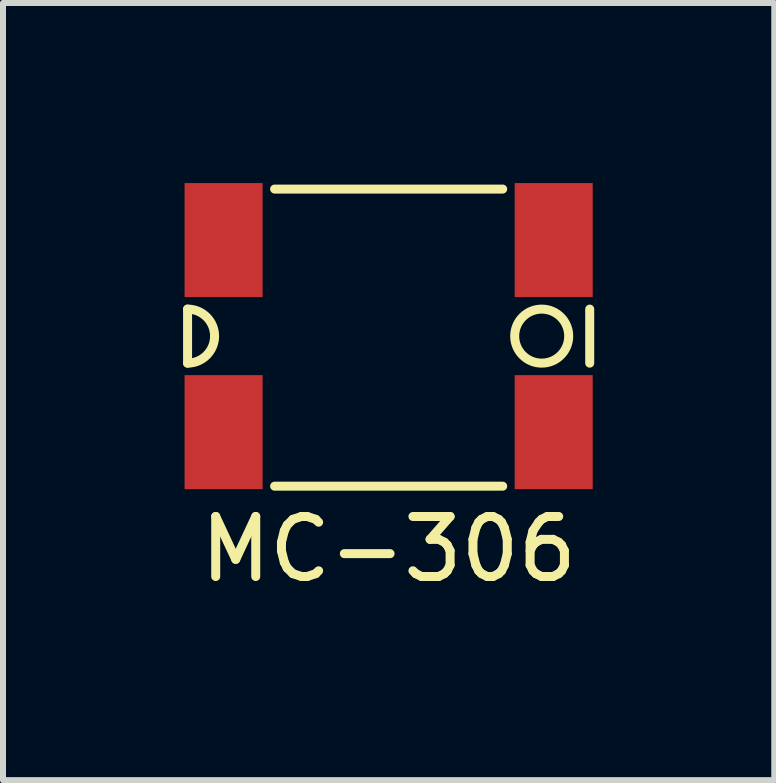
<source format=kicad_pcb>
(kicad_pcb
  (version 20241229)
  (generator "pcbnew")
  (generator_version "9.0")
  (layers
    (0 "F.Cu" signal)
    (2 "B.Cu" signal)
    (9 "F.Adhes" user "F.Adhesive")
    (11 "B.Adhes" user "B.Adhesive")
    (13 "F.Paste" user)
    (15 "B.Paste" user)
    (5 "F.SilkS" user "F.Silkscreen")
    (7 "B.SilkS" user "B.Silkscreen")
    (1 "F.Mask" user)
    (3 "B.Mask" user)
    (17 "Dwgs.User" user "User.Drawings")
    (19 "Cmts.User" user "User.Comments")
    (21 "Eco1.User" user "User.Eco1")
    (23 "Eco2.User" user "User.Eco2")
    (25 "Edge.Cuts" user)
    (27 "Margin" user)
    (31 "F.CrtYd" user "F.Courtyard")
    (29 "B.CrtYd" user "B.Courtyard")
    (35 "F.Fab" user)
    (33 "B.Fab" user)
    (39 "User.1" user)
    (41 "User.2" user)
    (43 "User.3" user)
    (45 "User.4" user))
  (footprint "MC-306"
    (layer "F.Cu")
    (at 3.425 2.55)
    (property "Reference" "MC-306" (at 0 3.55 0) (layer "F.SilkS") (effects (font (size 1 1) (thickness 0.15))))
    (attr through_hole)
    (fp_line (start -3.35 0.45) (end -3.35 -0.45) (stroke (width 0.15) (type solid)) (layer "F.SilkS"))
    (fp_line (start -1.9 -2.45) (end 1.9 -2.45) (stroke (width 0.15) (type solid)) (layer "F.SilkS"))
    (fp_line (start 1.9 2.5) (end -1.9 2.5) (stroke (width 0.15) (type solid)) (layer "F.SilkS"))
    (fp_line (start 3.35 -0.45) (end 3.35 0.45) (stroke (width 0.15) (type solid)) (layer "F.SilkS"))
    (fp_arc (start -3.35 -0.45) (mid -3.031802 -0.318198) (end -2.9 0) (stroke (width 0.15) (type solid)) (layer "F.SilkS"))
    (fp_arc (start -2.9 0) (mid -3.031802 0.318198) (end -3.35 0.45) (stroke (width 0.15) (type solid)) (layer "F.SilkS"))
    (fp_circle (center 2.55 0) (end 2.55 -0.45) (stroke (width 0.15) (type solid)) (fill no) (layer "F.SilkS"))
    (pad "" smd rect (at 2.75 -1.6) (size 1.3 1.9) (layers "F.Cu" "F.Mask" "F.Paste"))
    (pad "" smd rect (at 2.75 1.6) (size 1.3 1.9) (layers "F.Cu" "F.Mask" "F.Paste"))
    (pad "1" smd rect (at -2.75 1.6) (size 1.3 1.9) (layers "F.Cu" "F.Mask" "F.Paste"))
    (pad "2" smd rect (at -2.75 -1.6) (size 1.3 1.9) (layers "F.Cu" "F.Mask" "F.Paste")))
  (gr_rect
    (start -3 -3)
    (end 9.85 9.948)
    (stroke (width 0.1) (type default))
    (fill no)
    (layer "Edge.Cuts")))
</source>
